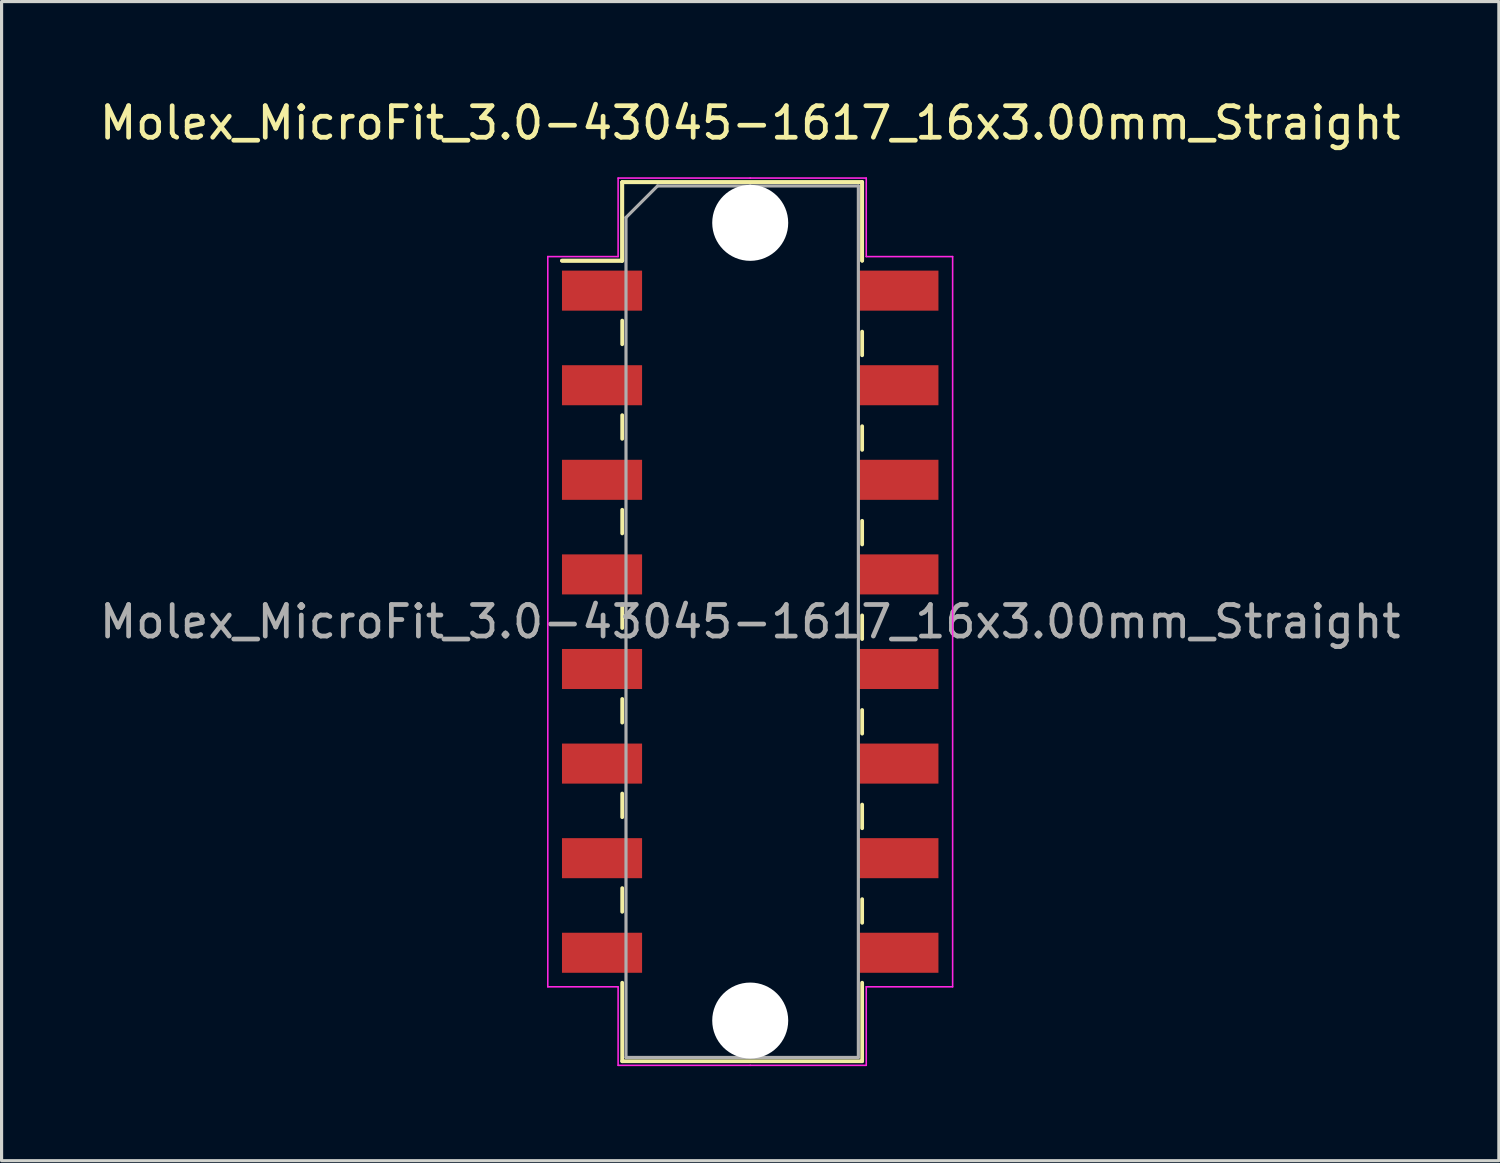
<source format=kicad_pcb>
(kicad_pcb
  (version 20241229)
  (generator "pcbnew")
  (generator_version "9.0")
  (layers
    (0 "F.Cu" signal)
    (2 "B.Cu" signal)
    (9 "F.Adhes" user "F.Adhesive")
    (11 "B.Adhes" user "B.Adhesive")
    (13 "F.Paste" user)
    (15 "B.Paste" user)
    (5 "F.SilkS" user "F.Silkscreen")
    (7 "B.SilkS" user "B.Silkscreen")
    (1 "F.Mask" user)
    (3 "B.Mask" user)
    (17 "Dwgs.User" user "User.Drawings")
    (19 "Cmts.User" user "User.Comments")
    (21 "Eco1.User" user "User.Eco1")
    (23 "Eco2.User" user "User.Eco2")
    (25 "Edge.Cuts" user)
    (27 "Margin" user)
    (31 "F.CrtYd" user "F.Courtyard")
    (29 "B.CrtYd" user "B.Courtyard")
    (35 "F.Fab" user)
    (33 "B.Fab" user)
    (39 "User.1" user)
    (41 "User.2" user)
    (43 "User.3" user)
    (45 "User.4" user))
  (footprint "Molex_MicroFit_3.0-43045-1617_16x3.00mm_Straight"
    (layer "F.Cu")
    (at 20.744 16.668)
    (property "Reference" "Molex_MicroFit_3.0-43045-1617_16x3.00mm_Straight" (at 0 -15.82 0) (layer "F.SilkS") (effects (font (size 1 1) (thickness 0.15))))
    (attr smd)
    (fp_line (start -5.97 -11.45) (end -4.06 -11.45) (stroke (width 0.12) (type solid)) (layer "F.SilkS"))
    (fp_line (start -5.97 -11.45) (end -4.06 -11.45) (stroke (width 0.12) (type solid)) (layer "F.SilkS"))
    (fp_line (start -4.06 -13.94) (end 3.55 -13.94) (stroke (width 0.12) (type solid)) (layer "F.SilkS"))
    (fp_line (start -4.06 -13.94) (end 3.55 -13.94) (stroke (width 0.12) (type solid)) (layer "F.SilkS"))
    (fp_line (start -4.06 -11.45) (end -4.06 -13.94) (stroke (width 0.12) (type solid)) (layer "F.SilkS"))
    (fp_line (start -4.06 -11.45) (end -4.06 -13.94) (stroke (width 0.12) (type solid)) (layer "F.SilkS"))
    (fp_line (start -4.06 -9.55) (end -4.06 -8.8) (stroke (width 0.12) (type solid)) (layer "F.SilkS"))
    (fp_line (start -4.06 -6.55) (end -4.06 -5.8) (stroke (width 0.12) (type solid)) (layer "F.SilkS"))
    (fp_line (start -4.06 -3.55) (end -4.06 -2.8) (stroke (width 0.12) (type solid)) (layer "F.SilkS"))
    (fp_line (start -4.06 -0.55) (end -4.06 0.2) (stroke (width 0.12) (type solid)) (layer "F.SilkS"))
    (fp_line (start -4.06 2.45) (end -4.06 3.2) (stroke (width 0.12) (type solid)) (layer "F.SilkS"))
    (fp_line (start -4.06 5.45) (end -4.06 6.2) (stroke (width 0.12) (type solid)) (layer "F.SilkS"))
    (fp_line (start -4.06 8.45) (end -4.06 9.2) (stroke (width 0.12) (type solid)) (layer "F.SilkS"))
    (fp_line (start -4.06 13.94) (end -4.06 11.45) (stroke (width 0.12) (type solid)) (layer "F.SilkS"))
    (fp_line (start 3.55 -13.94) (end 3.55 -11.45) (stroke (width 0.12) (type solid)) (layer "F.SilkS"))
    (fp_line (start 3.55 -13.94) (end 3.55 -11.45) (stroke (width 0.12) (type solid)) (layer "F.SilkS"))
    (fp_line (start 3.55 -8.45) (end 3.55 -9.2) (stroke (width 0.12) (type solid)) (layer "F.SilkS"))
    (fp_line (start 3.55 -5.45) (end 3.55 -6.2) (stroke (width 0.12) (type solid)) (layer "F.SilkS"))
    (fp_line (start 3.55 -2.45) (end 3.55 -3.2) (stroke (width 0.12) (type solid)) (layer "F.SilkS"))
    (fp_line (start 3.55 0.55) (end 3.55 -0.2) (stroke (width 0.12) (type solid)) (layer "F.SilkS"))
    (fp_line (start 3.55 3.55) (end 3.55 2.8) (stroke (width 0.12) (type solid)) (layer "F.SilkS"))
    (fp_line (start 3.55 6.55) (end 3.55 5.8) (stroke (width 0.12) (type solid)) (layer "F.SilkS"))
    (fp_line (start 3.55 9.55) (end 3.55 8.8) (stroke (width 0.12) (type solid)) (layer "F.SilkS"))
    (fp_line (start 3.55 11.45) (end 3.55 13.94) (stroke (width 0.12) (type solid)) (layer "F.SilkS"))
    (fp_line (start 3.55 13.94) (end -4.06 13.94) (stroke (width 0.12) (type solid)) (layer "F.SilkS"))
    (fp_line (start -6.42 -11.58) (end -4.19 -11.58) (stroke (width 0.05) (type solid)) (layer "F.CrtYd"))
    (fp_line (start -6.42 11.58) (end -6.42 -11.58) (stroke (width 0.05) (type solid)) (layer "F.CrtYd"))
    (fp_line (start -4.19 -14.07) (end 0 -14.07) (stroke (width 0.05) (type solid)) (layer "F.CrtYd"))
    (fp_line (start -4.19 -11.58) (end -4.19 -14.07) (stroke (width 0.05) (type solid)) (layer "F.CrtYd"))
    (fp_line (start -4.19 11.58) (end -6.42 11.58) (stroke (width 0.05) (type solid)) (layer "F.CrtYd"))
    (fp_line (start -4.19 14.07) (end -4.19 11.58) (stroke (width 0.05) (type solid)) (layer "F.CrtYd"))
    (fp_line (start 0 -14.07) (end 3.68 -14.07) (stroke (width 0.05) (type solid)) (layer "F.CrtYd"))
    (fp_line (start 0 14.07) (end -4.19 14.07) (stroke (width 0.05) (type solid)) (layer "F.CrtYd"))
    (fp_line (start 3.68 -14.07) (end 3.68 -11.58) (stroke (width 0.05) (type solid)) (layer "F.CrtYd"))
    (fp_line (start 3.68 -11.58) (end 6.42 -11.58) (stroke (width 0.05) (type solid)) (layer "F.CrtYd"))
    (fp_line (start 3.68 11.58) (end 3.68 14.07) (stroke (width 0.05) (type solid)) (layer "F.CrtYd"))
    (fp_line (start 3.68 14.07) (end 0 14.07) (stroke (width 0.05) (type solid)) (layer "F.CrtYd"))
    (fp_line (start 6.42 -11.58) (end 6.42 11.58) (stroke (width 0.05) (type solid)) (layer "F.CrtYd"))
    (fp_line (start 6.42 11.58) (end 3.68 11.58) (stroke (width 0.05) (type solid)) (layer "F.CrtYd"))
    (fp_line (start -3.94 -12.82) (end -2.94 -13.82) (stroke (width 0.1) (type solid)) (layer "F.Fab"))
    (fp_line (start -3.94 13.82) (end -3.94 -12.82) (stroke (width 0.1) (type solid)) (layer "F.Fab"))
    (fp_line (start -2.94 -13.82) (end 0 -13.82) (stroke (width 0.1) (type solid)) (layer "F.Fab"))
    (fp_line (start 0 -13.82) (end 3.43 -13.82) (stroke (width 0.1) (type solid)) (layer "F.Fab"))
    (fp_line (start 0 13.82) (end -3.94 13.82) (stroke (width 0.1) (type solid)) (layer "F.Fab"))
    (fp_line (start 3.43 -13.82) (end 3.43 13.82) (stroke (width 0.1) (type solid)) (layer "F.Fab"))
    (fp_line (start 3.43 13.82) (end 0 13.82) (stroke (width 0.1) (type solid)) (layer "F.Fab"))
    (fp_text user "${REFERENCE}" (at 0 0 0) (layer "F.Fab") (effects (font (size 1 1) (thickness 0.15))))
    (pad "" np_thru_hole circle (at 0 -12.65) (size 2.41 2.41) (drill 2.41) (layers "*.Cu"))
    (pad "" np_thru_hole circle (at 0 12.65) (size 2.41 2.41) (drill 2.41) (layers "*.Cu"))
    (pad "1" smd rect (at -4.7 -10.5) (size 2.54 1.27) (layers "F.Cu" "F.Mask" "F.Paste"))
    (pad "2" smd rect (at -4.7 -7.5) (size 2.54 1.27) (layers "F.Cu" "F.Mask" "F.Paste"))
    (pad "3" smd rect (at -4.7 -4.5) (size 2.54 1.27) (layers "F.Cu" "F.Mask" "F.Paste"))
    (pad "4" smd rect (at -4.7 -1.5) (size 2.54 1.27) (layers "F.Cu" "F.Mask" "F.Paste"))
    (pad "5" smd rect (at -4.7 1.5) (size 2.54 1.27) (layers "F.Cu" "F.Mask" "F.Paste"))
    (pad "6" smd rect (at -4.7 4.5) (size 2.54 1.27) (layers "F.Cu" "F.Mask" "F.Paste"))
    (pad "7" smd rect (at -4.7 7.5) (size 2.54 1.27) (layers "F.Cu" "F.Mask" "F.Paste"))
    (pad "8" smd rect (at -4.7 10.5) (size 2.54 1.27) (layers "F.Cu" "F.Mask" "F.Paste"))
    (pad "9" smd rect (at 4.7 10.5) (size 2.54 1.27) (layers "F.Cu" "F.Mask" "F.Paste"))
    (pad "10" smd rect (at 4.7 7.5) (size 2.54 1.27) (layers "F.Cu" "F.Mask" "F.Paste"))
    (pad "11" smd rect (at 4.7 4.5) (size 2.54 1.27) (layers "F.Cu" "F.Mask" "F.Paste"))
    (pad "12" smd rect (at 4.7 1.5) (size 2.54 1.27) (layers "F.Cu" "F.Mask" "F.Paste"))
    (pad "13" smd rect (at 4.7 -1.5) (size 2.54 1.27) (layers "F.Cu" "F.Mask" "F.Paste"))
    (pad "14" smd rect (at 4.7 -4.5) (size 2.54 1.27) (layers "F.Cu" "F.Mask" "F.Paste"))
    (pad "15" smd rect (at 4.7 -7.5) (size 2.54 1.27) (layers "F.Cu" "F.Mask" "F.Paste"))
    (pad "16" smd rect (at 4.7 -10.5) (size 2.54 1.27) (layers "F.Cu" "F.Mask" "F.Paste")))
  (gr_rect
    (start -3 -3)
    (end 44.488 33.763)
    (stroke (width 0.1) (type default))
    (fill no)
    (layer "Edge.Cuts")))
</source>
